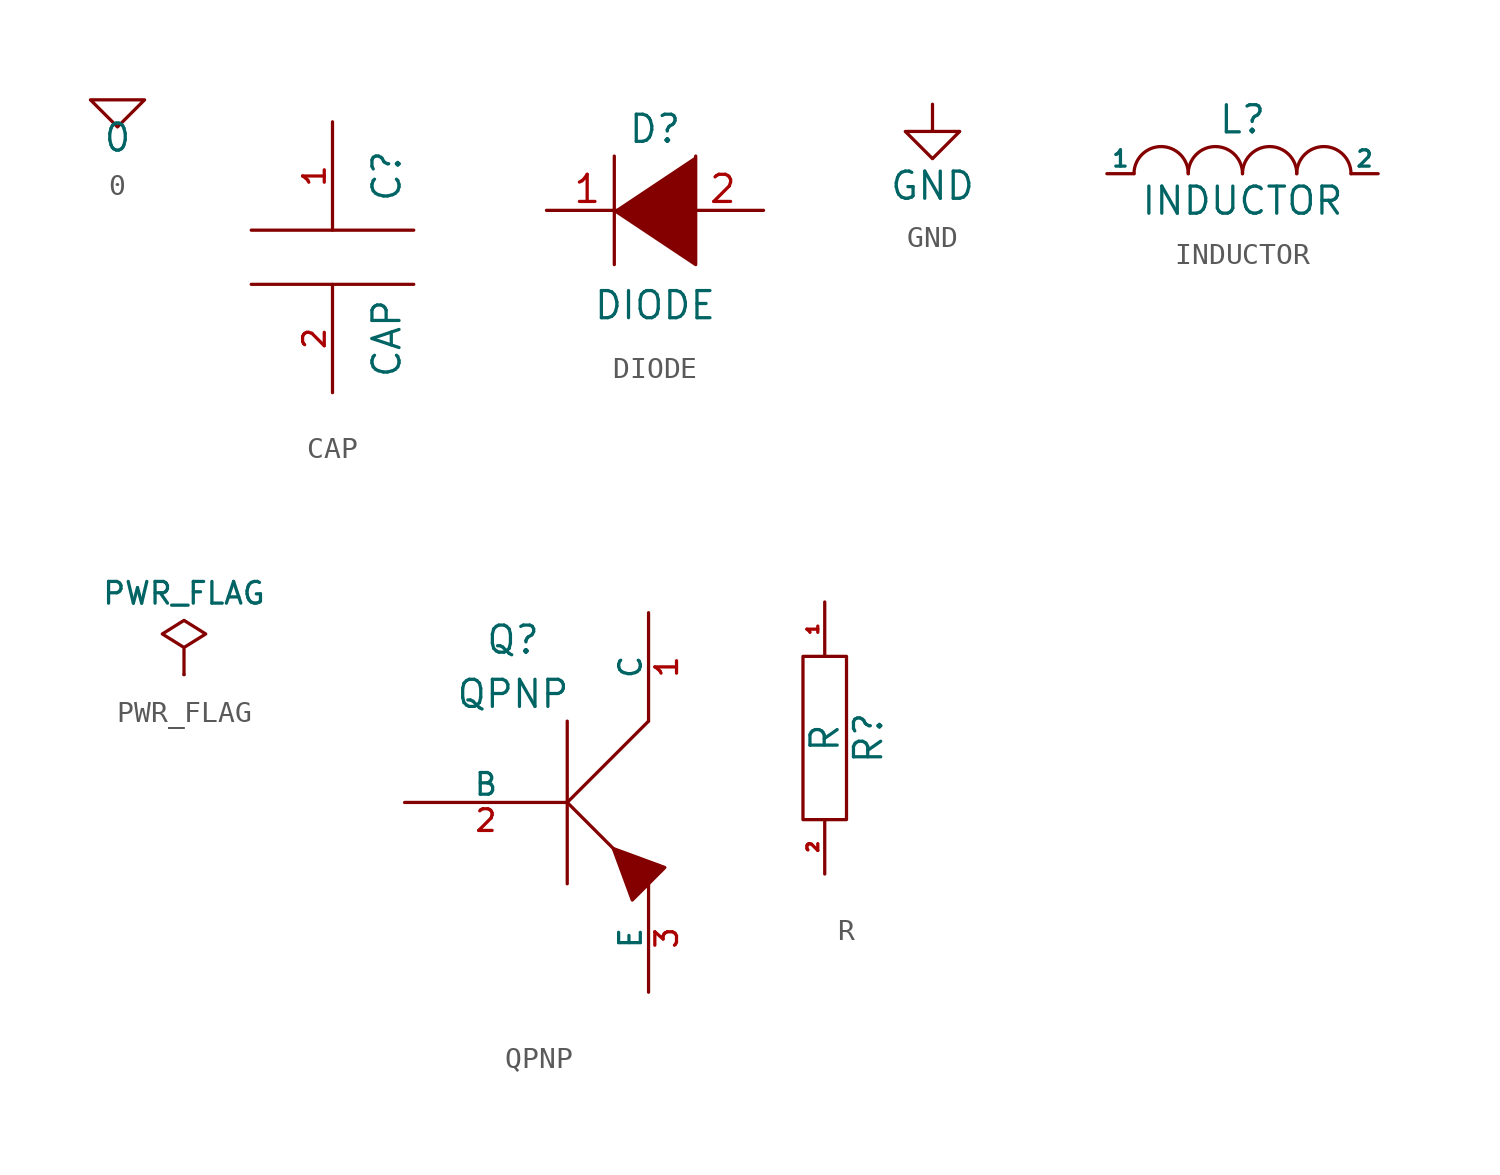
<source format=kicad_sym>
(kicad_symbol_lib
  (version 20220331)
  (generator kicad_symbol_editor)
  (symbol "0"
    (power)
    (pin_names
      (offset 0))
    (property "Reference" "#GND"
      (at 0 -2.54 0)
      (effects (font (size 1.27 1.27)) hide))
    (property "Value" "0"
      (at 0 -1.778 0)
      (effects (font (size 1.27 1.27))))
    (property "Footprint" ""
      (at 0 0 0)
      (effects (font (size 1.27 1.27))))
    (property "Datasheet" ""
      (at 0 0 0)
      (effects (font (size 1.27 1.27))))
    (symbol "0_0_1"
      (polyline (pts (xy -1.27 0) (xy 0 -1.27) (xy 1.27 0) (xy -1.27 0)) (stroke (width 0) (type default)) (fill (type none))))
    (symbol "0_1_1"
      (pin power_in line (at 0 0 0) (length 0) hide (name "0" (effects (font (size 1.016 1.016)))) (number "1" (effects (font (size 1.016 1.016)))))))
  (symbol "CAP"
    (pin_names
      (offset 0.254))
    (property "Reference" "C"
      (at 2.54 3.81 90)
      (effects (font (size 1.27 1.27))))
    (property "Value" "CAP"
      (at 2.54 -3.81 90)
      (effects (font (size 1.27 1.27))))
    (property "Footprint" ""
      (at 0 0 0)
      (effects (font (size 1.27 1.27))))
    (property "Datasheet" ""
      (at 0 0 0)
      (effects (font (size 1.27 1.27))))
    (symbol "CAP_0_1"
      (polyline (pts (xy -3.81 -1.27) (xy 3.81 -1.27)) (stroke (width 0) (type default)) (fill (type none)))
      (polyline (pts (xy -3.81 1.27) (xy 3.81 1.27)) (stroke (width 0) (type default)) (fill (type none))))
    (symbol "CAP_1_1"
      (pin passive line (at 0 6.35 270) (length 5.08) (name "~" (effects (font (size 1.016 1.016)))) (number "1" (effects (font (size 1.016 1.016)))))
      (pin passive line (at 0 -6.35 90) (length 5.08) (name "~" (effects (font (size 1.016 1.016)))) (number "2" (effects (font (size 1.016 1.016)))))))
  (symbol "DIODE"
    (pin_names
      (offset 1.016) hide)
    (property "Reference" "D"
      (at 0 3.81 0)
      (effects (font (size 1.27 1.27))))
    (property "Value" "DIODE"
      (at 0 -4.445 0)
      (effects (font (size 1.27 1.27))))
    (property "Footprint" ""
      (at 0 0 0)
      (effects (font (size 1.27 1.27))))
    (property "Datasheet" ""
      (at 0 0 0)
      (effects (font (size 1.27 1.27))))
    (symbol "DIODE_0_1"
      (polyline (pts (xy -1.905 2.54) (xy -1.905 -2.54)) (stroke (width 0) (type default)) (fill (type none)))
      (polyline (pts (xy 1.905 2.54) (xy 1.905 -2.54) (xy -1.905 0)) (stroke (width 0) (type default)) (fill (type outline))))
    (symbol "DIODE_1_1"
      (pin input line (at -5.08 0 0) (length 3.81) (name "K" (effects (font (size 1.27 1.27)))) (number "1" (effects (font (size 1.27 1.27)))))
      (pin input line (at 5.08 0 180) (length 3.81) (name "A" (effects (font (size 1.27 1.27)))) (number "2" (effects (font (size 1.27 1.27)))))))
  (symbol "GND"
    (power)
    (pin_names
      (offset 0))
    (property "Reference" "#PWR"
      (at 0 -5.08 0)
      (effects (font (size 0.762 0.762)) hide))
    (property "Value" "GND"
      (at 0 -3.81 0)
      (effects (font (size 1.27 1.27))))
    (symbol "GND_0_1"
      (polyline (pts (xy 0 0) (xy 0 -1.27) (xy 1.27 -1.27) (xy 0 -2.54) (xy -1.27 -1.27) (xy 0 -1.27)) (stroke (width 0) (type default)) (fill (type none))))
    (symbol "GND_1_1"
      (pin power_in line (at 0 0 270) (length 0) hide (name "GND" (effects (font (size 1.27 1.27)))) (number "1" (effects (font (size 1.27 1.27)))))))
  (symbol "INDUCTOR"
    (pin_numbers hide)
    (pin_names
      (offset 0))
    (property "Reference" "L"
      (at 0 2.54 0)
      (effects (font (size 1.27 1.27))))
    (property "Value" "INDUCTOR"
      (at 0 -1.27 0)
      (effects (font (size 1.27 1.27))))
    (property "Footprint" ""
      (at 0 0 0)
      (effects (font (size 1.27 1.27))))
    (property "Datasheet" ""
      (at 0 0 0)
      (effects (font (size 1.27 1.27))))
    (symbol "INDUCTOR_0_1"
      (arc (start -2.54 0) (mid -3.81 1.2645) (end -5.08 0) (stroke (width 0) (type default)) (fill (type none)))
      (arc (start 0 0) (mid -1.27 1.2645) (end -2.54 0) (stroke (width 0) (type default)) (fill (type none)))
      (arc (start 2.54 0) (mid 1.27 1.2645) (end 0 0) (stroke (width 0) (type default)) (fill (type none)))
      (arc (start 5.08 0) (mid 3.81 1.2645) (end 2.54 0) (stroke (width 0) (type default)) (fill (type none))))
    (symbol "INDUCTOR_1_1"
      (pin input line (at -6.35 0 0) (length 1.27) (name "1" (effects (font (size 0.762 0.762)))) (number "1" (effects (font (size 0.762 0.762)))))
      (pin input line (at 6.35 0 180) (length 1.27) (name "2" (effects (font (size 0.762 0.762)))) (number "2" (effects (font (size 0.762 0.762)))))))
  (symbol "PWR_FLAG"
    (power)
    (pin_numbers hide)
    (pin_names
      (offset 0) hide)
    (property "Reference" "#FLG"
      (at 0 1.905 0)
      (effects (font (size 1.27 1.27)) hide))
    (property "Value" "PWR_FLAG"
      (at 0 3.81 0)
      (effects (font (size 1.016 1.016))))
    (symbol "PWR_FLAG_0_0"
      (pin power_out line (at 0 0 90) (length 0) (name "pwr" (effects (font (size 1.27 1.27)))) (number "1" (effects (font (size 1.27 1.27))))))
    (symbol "PWR_FLAG_0_1"
      (polyline (pts (xy 0 0) (xy 0 1.27) (xy -1.016 1.905) (xy 0 2.54) (xy 1.016 1.905) (xy 0 1.27)) (stroke (width 0) (type default)) (fill (type none)))))
  (symbol "QPNP"
    (pin_names
      (offset 0))
    (property "Reference" "Q"
      (at -2.54 7.62 0)
      (effects (font (size 1.27 1.27))))
    (property "Value" "QPNP"
      (at -2.54 5.08 0)
      (effects (font (size 1.27 1.27))))
    (property "Footprint" ""
      (at 0 0 0)
      (effects (font (size 1.27 1.27))))
    (property "Datasheet" ""
      (at 0 0 0)
      (effects (font (size 1.27 1.27))))
    (symbol "QPNP_0_1"
      (polyline (pts (xy 0 -3.81) (xy 0 3.81)) (stroke (width 0) (type default)) (fill (type none)))
      (polyline (pts (xy 0 0) (xy 3.81 -3.81)) (stroke (width 0) (type default)) (fill (type none)))
      (polyline (pts (xy 0 0) (xy 3.81 3.81)) (stroke (width 0) (type default)) (fill (type none)))
      (polyline (pts (xy 3.048 -4.572) (xy 4.572 -3.048) (xy 2.159 -2.159) (xy 3.048 -4.572)) (stroke (width 0) (type default)) (fill (type outline))))
    (symbol "QPNP_1_1"
      (pin open_collector line (at 3.81 8.89 270) (length 5.08) (name "C" (effects (font (size 1.016 1.016)))) (number "1" (effects (font (size 1.016 1.016)))))
      (pin input line (at -7.62 0 0) (length 7.62) (name "B" (effects (font (size 1.016 1.016)))) (number "2" (effects (font (size 1.016 1.016)))))
      (pin open_emitter line (at 3.81 -8.89 90) (length 5.08) (name "E" (effects (font (size 1.016 1.016)))) (number "3" (effects (font (size 1.016 1.016)))))))
  (symbol "R"
    (pin_names
      (offset 0) hide)
    (property "Reference" "R"
      (at 2.032 0 90)
      (effects (font (size 1.27 1.27))))
    (property "Value" "R"
      (at 0 0 90)
      (effects (font (size 1.27 1.27))))
    (property "Footprint" ""
      (at 0 0 0)
      (effects (font (size 1.27 1.27))))
    (property "Datasheet" ""
      (at 0 0 0)
      (effects (font (size 1.27 1.27))))
    (symbol "R_0_1"
      (rectangle (start -1.016 3.81) (end 1.016 -3.81) (stroke (width 0) (type default)) (fill (type none))))
    (symbol "R_1_1"
      (pin passive line (at 0 6.35 270) (length 2.54) (name "1" (effects (font (size 0.508 0.508)))) (number "1" (effects (font (size 0.508 0.508)))))
      (pin passive line (at 0 -6.35 90) (length 2.54) (name "2" (effects (font (size 0.508 0.508)))) (number "2" (effects (font (size 0.508 0.508))))))))
</source>
